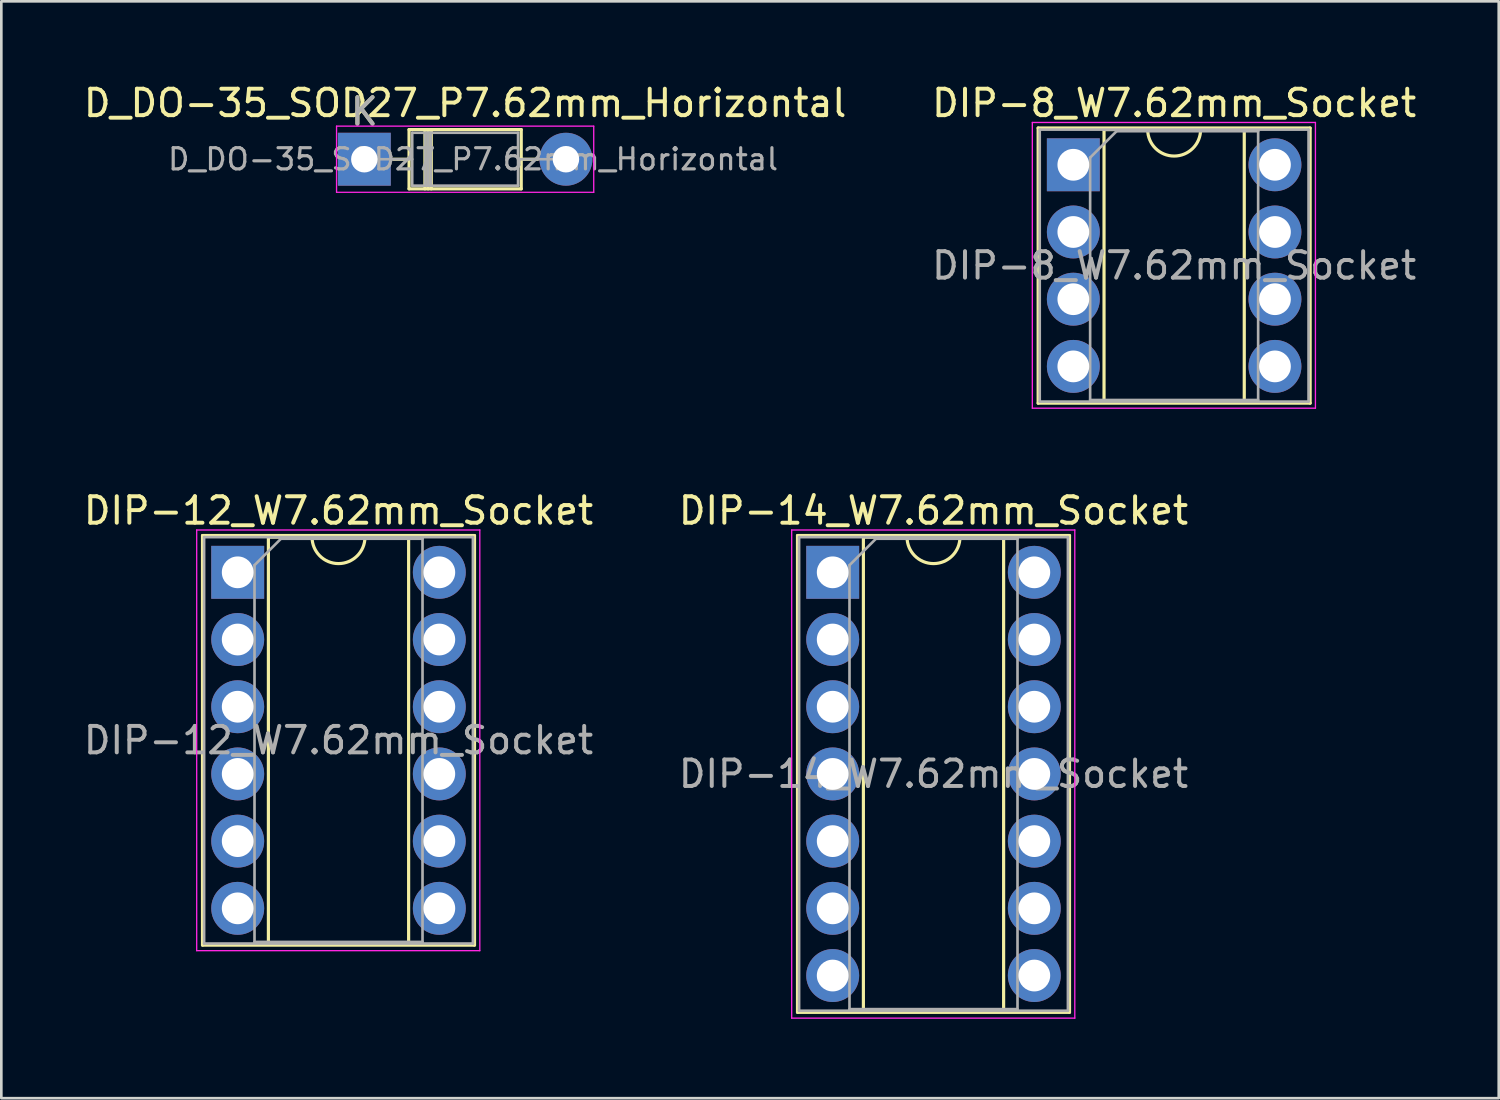
<source format=kicad_pcb>
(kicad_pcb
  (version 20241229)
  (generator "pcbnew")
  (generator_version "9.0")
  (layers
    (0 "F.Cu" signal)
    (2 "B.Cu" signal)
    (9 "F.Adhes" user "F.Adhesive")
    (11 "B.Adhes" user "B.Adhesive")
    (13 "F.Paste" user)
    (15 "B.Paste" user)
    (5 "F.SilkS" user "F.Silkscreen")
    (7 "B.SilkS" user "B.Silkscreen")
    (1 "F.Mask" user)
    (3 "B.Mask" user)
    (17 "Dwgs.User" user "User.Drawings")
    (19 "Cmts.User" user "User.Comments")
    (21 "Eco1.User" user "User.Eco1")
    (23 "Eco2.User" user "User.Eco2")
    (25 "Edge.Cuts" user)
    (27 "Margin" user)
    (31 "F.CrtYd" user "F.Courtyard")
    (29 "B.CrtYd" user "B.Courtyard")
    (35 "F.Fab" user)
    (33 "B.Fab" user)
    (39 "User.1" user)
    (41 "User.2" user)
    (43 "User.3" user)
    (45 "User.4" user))
  (footprint "DIP-14_W7.62mm_Socket"
    (layer "F.Cu")
    (at 28.422 18.581)
    (property "Reference" "DIP-14_W7.62mm_Socket" (at 3.81 -2.33 0) (layer "F.SilkS") (effects (font (size 1 1) (thickness 0.15))))
    (attr through_hole)
    (fp_line (start -1.33 -1.39) (end -1.33 16.63) (stroke (width 0.12) (type solid)) (layer "F.SilkS"))
    (fp_line (start -1.33 16.63) (end 8.95 16.63) (stroke (width 0.12) (type solid)) (layer "F.SilkS"))
    (fp_line (start 1.16 -1.33) (end 1.16 16.57) (stroke (width 0.12) (type solid)) (layer "F.SilkS"))
    (fp_line (start 1.16 16.57) (end 6.46 16.57) (stroke (width 0.12) (type solid)) (layer "F.SilkS"))
    (fp_line (start 2.81 -1.33) (end 1.16 -1.33) (stroke (width 0.12) (type solid)) (layer "F.SilkS"))
    (fp_line (start 6.46 -1.33) (end 4.81 -1.33) (stroke (width 0.12) (type solid)) (layer "F.SilkS"))
    (fp_line (start 6.46 16.57) (end 6.46 -1.33) (stroke (width 0.12) (type solid)) (layer "F.SilkS"))
    (fp_line (start 8.95 -1.39) (end -1.33 -1.39) (stroke (width 0.12) (type solid)) (layer "F.SilkS"))
    (fp_line (start 8.95 16.63) (end 8.95 -1.39) (stroke (width 0.12) (type solid)) (layer "F.SilkS"))
    (fp_arc (start 4.81 -1.33) (mid 3.81 -0.33) (end 2.81 -1.33) (stroke (width 0.12) (type solid)) (layer "F.SilkS"))
    (fp_line (start -1.55 -1.6) (end -1.55 16.85) (stroke (width 0.05) (type solid)) (layer "F.CrtYd"))
    (fp_line (start -1.55 16.85) (end 9.15 16.85) (stroke (width 0.05) (type solid)) (layer "F.CrtYd"))
    (fp_line (start 9.15 -1.6) (end -1.55 -1.6) (stroke (width 0.05) (type solid)) (layer "F.CrtYd"))
    (fp_line (start 9.15 16.85) (end 9.15 -1.6) (stroke (width 0.05) (type solid)) (layer "F.CrtYd"))
    (fp_line (start -1.27 -1.33) (end -1.27 16.57) (stroke (width 0.1) (type solid)) (layer "F.Fab"))
    (fp_line (start -1.27 16.57) (end 8.89 16.57) (stroke (width 0.1) (type solid)) (layer "F.Fab"))
    (fp_line (start 0.635 -0.27) (end 1.635 -1.27) (stroke (width 0.1) (type solid)) (layer "F.Fab"))
    (fp_line (start 0.635 16.51) (end 0.635 -0.27) (stroke (width 0.1) (type solid)) (layer "F.Fab"))
    (fp_line (start 1.635 -1.27) (end 6.985 -1.27) (stroke (width 0.1) (type solid)) (layer "F.Fab"))
    (fp_line (start 6.985 -1.27) (end 6.985 16.51) (stroke (width 0.1) (type solid)) (layer "F.Fab"))
    (fp_line (start 6.985 16.51) (end 0.635 16.51) (stroke (width 0.1) (type solid)) (layer "F.Fab"))
    (fp_line (start 8.89 -1.33) (end -1.27 -1.33) (stroke (width 0.1) (type solid)) (layer "F.Fab"))
    (fp_line (start 8.89 16.57) (end 8.89 -1.33) (stroke (width 0.1) (type solid)) (layer "F.Fab"))
    (fp_text user "${REFERENCE}" (at 3.81 7.62 0) (layer "F.Fab") (effects (font (size 1 1) (thickness 0.15))))
    (pad "1" thru_hole rect (at 0 0) (size 2 2) (drill 1.2) (layers "*.Cu" "*.Mask"))
    (pad "2" thru_hole oval (at 0 2.54) (size 2 2) (drill 1.2) (layers "*.Cu" "*.Mask"))
    (pad "3" thru_hole oval (at 0 5.08) (size 2 2) (drill 1.2) (layers "*.Cu" "*.Mask"))
    (pad "4" thru_hole oval (at 0 7.62) (size 2 2) (drill 1.2) (layers "*.Cu" "*.Mask"))
    (pad "5" thru_hole oval (at 0 10.16) (size 2 2) (drill 1.2) (layers "*.Cu" "*.Mask"))
    (pad "6" thru_hole oval (at 0 12.7) (size 2 2) (drill 1.2) (layers "*.Cu" "*.Mask"))
    (pad "7" thru_hole oval (at 0 15.24) (size 2 2) (drill 1.2) (layers "*.Cu" "*.Mask"))
    (pad "8" thru_hole oval (at 7.62 15.24) (size 2 2) (drill 1.2) (layers "*.Cu" "*.Mask"))
    (pad "9" thru_hole oval (at 7.62 12.7) (size 2 2) (drill 1.2) (layers "*.Cu" "*.Mask"))
    (pad "10" thru_hole oval (at 7.62 10.16) (size 2 2) (drill 1.2) (layers "*.Cu" "*.Mask"))
    (pad "11" thru_hole oval (at 7.62 7.62) (size 2 2) (drill 1.2) (layers "*.Cu" "*.Mask"))
    (pad "12" thru_hole oval (at 7.62 5.08) (size 2 2) (drill 1.2) (layers "*.Cu" "*.Mask"))
    (pad "13" thru_hole oval (at 7.62 2.54) (size 2 2) (drill 1.2) (layers "*.Cu" "*.Mask"))
    (pad "14" thru_hole oval (at 7.62 0) (size 2 2) (drill 1.2) (layers "*.Cu" "*.Mask")))
  (footprint "DIP-12_W7.62mm_Socket"
    (layer "F.Cu")
    (at 5.934 18.581)
    (property "Reference" "DIP-12_W7.62mm_Socket" (at 3.81 -2.33 0) (layer "F.SilkS") (effects (font (size 1 1) (thickness 0.15))))
    (attr through_hole)
    (fp_line (start -1.33 -1.39) (end -1.33 14.09) (stroke (width 0.12) (type solid)) (layer "F.SilkS"))
    (fp_line (start -1.33 14.09) (end 8.95 14.09) (stroke (width 0.12) (type solid)) (layer "F.SilkS"))
    (fp_line (start 1.16 -1.33) (end 1.16 14.03) (stroke (width 0.12) (type solid)) (layer "F.SilkS"))
    (fp_line (start 1.16 14.03) (end 6.46 14.03) (stroke (width 0.12) (type solid)) (layer "F.SilkS"))
    (fp_line (start 2.81 -1.33) (end 1.16 -1.33) (stroke (width 0.12) (type solid)) (layer "F.SilkS"))
    (fp_line (start 6.46 -1.33) (end 4.81 -1.33) (stroke (width 0.12) (type solid)) (layer "F.SilkS"))
    (fp_line (start 6.46 14.03) (end 6.46 -1.33) (stroke (width 0.12) (type solid)) (layer "F.SilkS"))
    (fp_line (start 8.95 -1.39) (end -1.33 -1.39) (stroke (width 0.12) (type solid)) (layer "F.SilkS"))
    (fp_line (start 8.95 14.09) (end 8.95 -1.39) (stroke (width 0.12) (type solid)) (layer "F.SilkS"))
    (fp_arc (start 4.81 -1.33) (mid 3.81 -0.33) (end 2.81 -1.33) (stroke (width 0.12) (type solid)) (layer "F.SilkS"))
    (fp_line (start -1.55 -1.6) (end -1.55 14.3) (stroke (width 0.05) (type solid)) (layer "F.CrtYd"))
    (fp_line (start -1.55 14.3) (end 9.15 14.3) (stroke (width 0.05) (type solid)) (layer "F.CrtYd"))
    (fp_line (start 9.15 -1.6) (end -1.55 -1.6) (stroke (width 0.05) (type solid)) (layer "F.CrtYd"))
    (fp_line (start 9.15 14.3) (end 9.15 -1.6) (stroke (width 0.05) (type solid)) (layer "F.CrtYd"))
    (fp_line (start -1.27 -1.33) (end -1.27 14.03) (stroke (width 0.1) (type solid)) (layer "F.Fab"))
    (fp_line (start -1.27 14.03) (end 8.89 14.03) (stroke (width 0.1) (type solid)) (layer "F.Fab"))
    (fp_line (start 0.635 -0.27) (end 1.635 -1.27) (stroke (width 0.1) (type solid)) (layer "F.Fab"))
    (fp_line (start 0.635 13.97) (end 0.635 -0.27) (stroke (width 0.1) (type solid)) (layer "F.Fab"))
    (fp_line (start 1.635 -1.27) (end 6.985 -1.27) (stroke (width 0.1) (type solid)) (layer "F.Fab"))
    (fp_line (start 6.985 -1.27) (end 6.985 13.97) (stroke (width 0.1) (type solid)) (layer "F.Fab"))
    (fp_line (start 6.985 13.97) (end 0.635 13.97) (stroke (width 0.1) (type solid)) (layer "F.Fab"))
    (fp_line (start 8.89 -1.33) (end -1.27 -1.33) (stroke (width 0.1) (type solid)) (layer "F.Fab"))
    (fp_line (start 8.89 14.03) (end 8.89 -1.33) (stroke (width 0.1) (type solid)) (layer "F.Fab"))
    (fp_text user "${REFERENCE}" (at 3.81 6.35 0) (layer "F.Fab") (effects (font (size 1 1) (thickness 0.15))))
    (pad "1" thru_hole rect (at 0 0) (size 2 2) (drill 1.2) (layers "*.Cu" "*.Mask"))
    (pad "2" thru_hole oval (at 0 2.54) (size 2 2) (drill 1.2) (layers "*.Cu" "*.Mask"))
    (pad "3" thru_hole oval (at 0 5.08) (size 2 2) (drill 1.2) (layers "*.Cu" "*.Mask"))
    (pad "4" thru_hole oval (at 0 7.62) (size 2 2) (drill 1.2) (layers "*.Cu" "*.Mask"))
    (pad "5" thru_hole oval (at 0 10.16) (size 2 2) (drill 1.2) (layers "*.Cu" "*.Mask"))
    (pad "6" thru_hole oval (at 0 12.7) (size 2 2) (drill 1.2) (layers "*.Cu" "*.Mask"))
    (pad "7" thru_hole oval (at 7.62 12.7) (size 2 2) (drill 1.2) (layers "*.Cu" "*.Mask"))
    (pad "8" thru_hole oval (at 7.62 10.16) (size 2 2) (drill 1.2) (layers "*.Cu" "*.Mask"))
    (pad "9" thru_hole oval (at 7.62 7.62) (size 2 2) (drill 1.2) (layers "*.Cu" "*.Mask"))
    (pad "10" thru_hole oval (at 7.62 5.08) (size 2 2) (drill 1.2) (layers "*.Cu" "*.Mask"))
    (pad "11" thru_hole oval (at 7.62 2.54) (size 2 2) (drill 1.2) (layers "*.Cu" "*.Mask"))
    (pad "12" thru_hole oval (at 7.62 0) (size 2 2) (drill 1.2) (layers "*.Cu" "*.Mask")))
  (footprint "D_DO-35_SOD27_P7.62mm_Horizontal"
    (layer "F.Cu")
    (at 10.72 2.968)
    (property "Reference" "D_DO-35_SOD27_P7.62mm_Horizontal" (at 3.81 -2.12 0) (layer "F.SilkS") (effects (font (size 1 1) (thickness 0.15))))
    (attr through_hole)
    (fp_line (start 1.1 0) (end 1.69 0) (stroke (width 0.12) (type solid)) (layer "F.SilkS"))
    (fp_line (start 1.69 -1.12) (end 1.69 1.12) (stroke (width 0.12) (type solid)) (layer "F.SilkS"))
    (fp_line (start 1.69 1.12) (end 5.93 1.12) (stroke (width 0.12) (type solid)) (layer "F.SilkS"))
    (fp_line (start 2.29 -1.12) (end 2.29 1.12) (stroke (width 0.12) (type solid)) (layer "F.SilkS"))
    (fp_line (start 2.41 -1.12) (end 2.41 1.12) (stroke (width 0.12) (type solid)) (layer "F.SilkS"))
    (fp_line (start 2.53 -1.12) (end 2.53 1.12) (stroke (width 0.12) (type solid)) (layer "F.SilkS"))
    (fp_line (start 5.93 -1.12) (end 1.69 -1.12) (stroke (width 0.12) (type solid)) (layer "F.SilkS"))
    (fp_line (start 5.93 1.12) (end 5.93 -1.12) (stroke (width 0.12) (type solid)) (layer "F.SilkS"))
    (fp_line (start 6.55 0) (end 5.93 0) (stroke (width 0.12) (type solid)) (layer "F.SilkS"))
    (fp_line (start -1.05 -1.25) (end -1.05 1.25) (stroke (width 0.05) (type solid)) (layer "F.CrtYd"))
    (fp_line (start -1.05 1.25) (end 8.67 1.25) (stroke (width 0.05) (type solid)) (layer "F.CrtYd"))
    (fp_line (start 8.67 -1.25) (end -1.05 -1.25) (stroke (width 0.05) (type solid)) (layer "F.CrtYd"))
    (fp_line (start 8.67 1.25) (end 8.67 -1.25) (stroke (width 0.05) (type solid)) (layer "F.CrtYd"))
    (fp_line (start 0 0) (end 1.81 0) (stroke (width 0.1) (type solid)) (layer "F.Fab"))
    (fp_line (start 1.81 -1) (end 1.81 1) (stroke (width 0.1) (type solid)) (layer "F.Fab"))
    (fp_line (start 1.81 1) (end 5.81 1) (stroke (width 0.1) (type solid)) (layer "F.Fab"))
    (fp_line (start 2.31 -1) (end 2.31 1) (stroke (width 0.1) (type solid)) (layer "F.Fab"))
    (fp_line (start 2.41 -1) (end 2.41 1) (stroke (width 0.1) (type solid)) (layer "F.Fab"))
    (fp_line (start 2.51 -1) (end 2.51 1) (stroke (width 0.1) (type solid)) (layer "F.Fab"))
    (fp_line (start 5.81 -1) (end 1.81 -1) (stroke (width 0.1) (type solid)) (layer "F.Fab"))
    (fp_line (start 5.81 1) (end 5.81 -1) (stroke (width 0.1) (type solid)) (layer "F.Fab"))
    (fp_line (start 7.62 0) (end 5.81 0) (stroke (width 0.1) (type solid)) (layer "F.Fab"))
    (fp_text user "K" (at 0 -1.8 0) (layer "F.SilkS") (effects (font (size 1 1) (thickness 0.15))))
    (fp_text user "${REFERENCE}" (at 4.11 0 0) (layer "F.Fab") (effects (font (size 0.8 0.8) (thickness 0.12))))
    (fp_text user "K" (at 0 -1.8 0) (layer "F.Fab") (effects (font (size 1 1) (thickness 0.15))))
    (pad "1" thru_hole rect (at 0 0) (size 2 2) (drill 1) (layers "*.Cu" "*.Mask"))
    (pad "2" thru_hole oval (at 7.62 0) (size 2 2) (drill 1) (layers "*.Cu" "*.Mask")))
  (footprint "DIP-8_W7.62mm_Socket"
    (layer "F.Cu")
    (at 37.517 3.178)
    (property "Reference" "DIP-8_W7.62mm_Socket" (at 3.81 -2.33 0) (layer "F.SilkS") (effects (font (size 1 1) (thickness 0.15))))
    (attr through_hole)
    (fp_line (start -1.33 -1.39) (end -1.33 9.01) (stroke (width 0.12) (type solid)) (layer "F.SilkS"))
    (fp_line (start -1.33 9.01) (end 8.95 9.01) (stroke (width 0.12) (type solid)) (layer "F.SilkS"))
    (fp_line (start 1.16 -1.33) (end 1.16 8.95) (stroke (width 0.12) (type solid)) (layer "F.SilkS"))
    (fp_line (start 1.16 8.95) (end 6.46 8.95) (stroke (width 0.12) (type solid)) (layer "F.SilkS"))
    (fp_line (start 2.81 -1.33) (end 1.16 -1.33) (stroke (width 0.12) (type solid)) (layer "F.SilkS"))
    (fp_line (start 6.46 -1.33) (end 4.81 -1.33) (stroke (width 0.12) (type solid)) (layer "F.SilkS"))
    (fp_line (start 6.46 8.95) (end 6.46 -1.33) (stroke (width 0.12) (type solid)) (layer "F.SilkS"))
    (fp_line (start 8.95 -1.39) (end -1.33 -1.39) (stroke (width 0.12) (type solid)) (layer "F.SilkS"))
    (fp_line (start 8.95 9.01) (end 8.95 -1.39) (stroke (width 0.12) (type solid)) (layer "F.SilkS"))
    (fp_arc (start 4.81 -1.33) (mid 3.81 -0.33) (end 2.81 -1.33) (stroke (width 0.12) (type solid)) (layer "F.SilkS"))
    (fp_line (start -1.55 -1.6) (end -1.55 9.2) (stroke (width 0.05) (type solid)) (layer "F.CrtYd"))
    (fp_line (start -1.55 9.2) (end 9.15 9.2) (stroke (width 0.05) (type solid)) (layer "F.CrtYd"))
    (fp_line (start 9.15 -1.6) (end -1.55 -1.6) (stroke (width 0.05) (type solid)) (layer "F.CrtYd"))
    (fp_line (start 9.15 9.2) (end 9.15 -1.6) (stroke (width 0.05) (type solid)) (layer "F.CrtYd"))
    (fp_line (start -1.27 -1.33) (end -1.27 8.95) (stroke (width 0.1) (type solid)) (layer "F.Fab"))
    (fp_line (start -1.27 8.95) (end 8.89 8.95) (stroke (width 0.1) (type solid)) (layer "F.Fab"))
    (fp_line (start 0.635 -0.27) (end 1.635 -1.27) (stroke (width 0.1) (type solid)) (layer "F.Fab"))
    (fp_line (start 0.635 8.89) (end 0.635 -0.27) (stroke (width 0.1) (type solid)) (layer "F.Fab"))
    (fp_line (start 1.635 -1.27) (end 6.985 -1.27) (stroke (width 0.1) (type solid)) (layer "F.Fab"))
    (fp_line (start 6.985 -1.27) (end 6.985 8.89) (stroke (width 0.1) (type solid)) (layer "F.Fab"))
    (fp_line (start 6.985 8.89) (end 0.635 8.89) (stroke (width 0.1) (type solid)) (layer "F.Fab"))
    (fp_line (start 8.89 -1.33) (end -1.27 -1.33) (stroke (width 0.1) (type solid)) (layer "F.Fab"))
    (fp_line (start 8.89 8.95) (end 8.89 -1.33) (stroke (width 0.1) (type solid)) (layer "F.Fab"))
    (fp_text user "${REFERENCE}" (at 3.81 3.81 0) (layer "F.Fab") (effects (font (size 1 1) (thickness 0.15))))
    (pad "1" thru_hole rect (at 0 0) (size 2 2) (drill 1.2) (layers "*.Cu" "*.Mask"))
    (pad "2" thru_hole oval (at 0 2.54) (size 2 2) (drill 1.2) (layers "*.Cu" "*.Mask"))
    (pad "3" thru_hole oval (at 0 5.08) (size 2 2) (drill 1.2) (layers "*.Cu" "*.Mask"))
    (pad "4" thru_hole oval (at 0 7.62) (size 2 2) (drill 1.2) (layers "*.Cu" "*.Mask"))
    (pad "5" thru_hole oval (at 7.62 7.62) (size 2 2) (drill 1.2) (layers "*.Cu" "*.Mask"))
    (pad "6" thru_hole oval (at 7.62 5.08) (size 2 2) (drill 1.2) (layers "*.Cu" "*.Mask"))
    (pad "7" thru_hole oval (at 7.62 2.54) (size 2 2) (drill 1.2) (layers "*.Cu" "*.Mask"))
    (pad "8" thru_hole oval (at 7.62 0) (size 2 2) (drill 1.2) (layers "*.Cu" "*.Mask")))
  (gr_rect
    (start -3 -3)
    (end 53.595 38.456)
    (stroke (width 0.1) (type default))
    (fill no)
    (layer "Edge.Cuts")))
</source>
